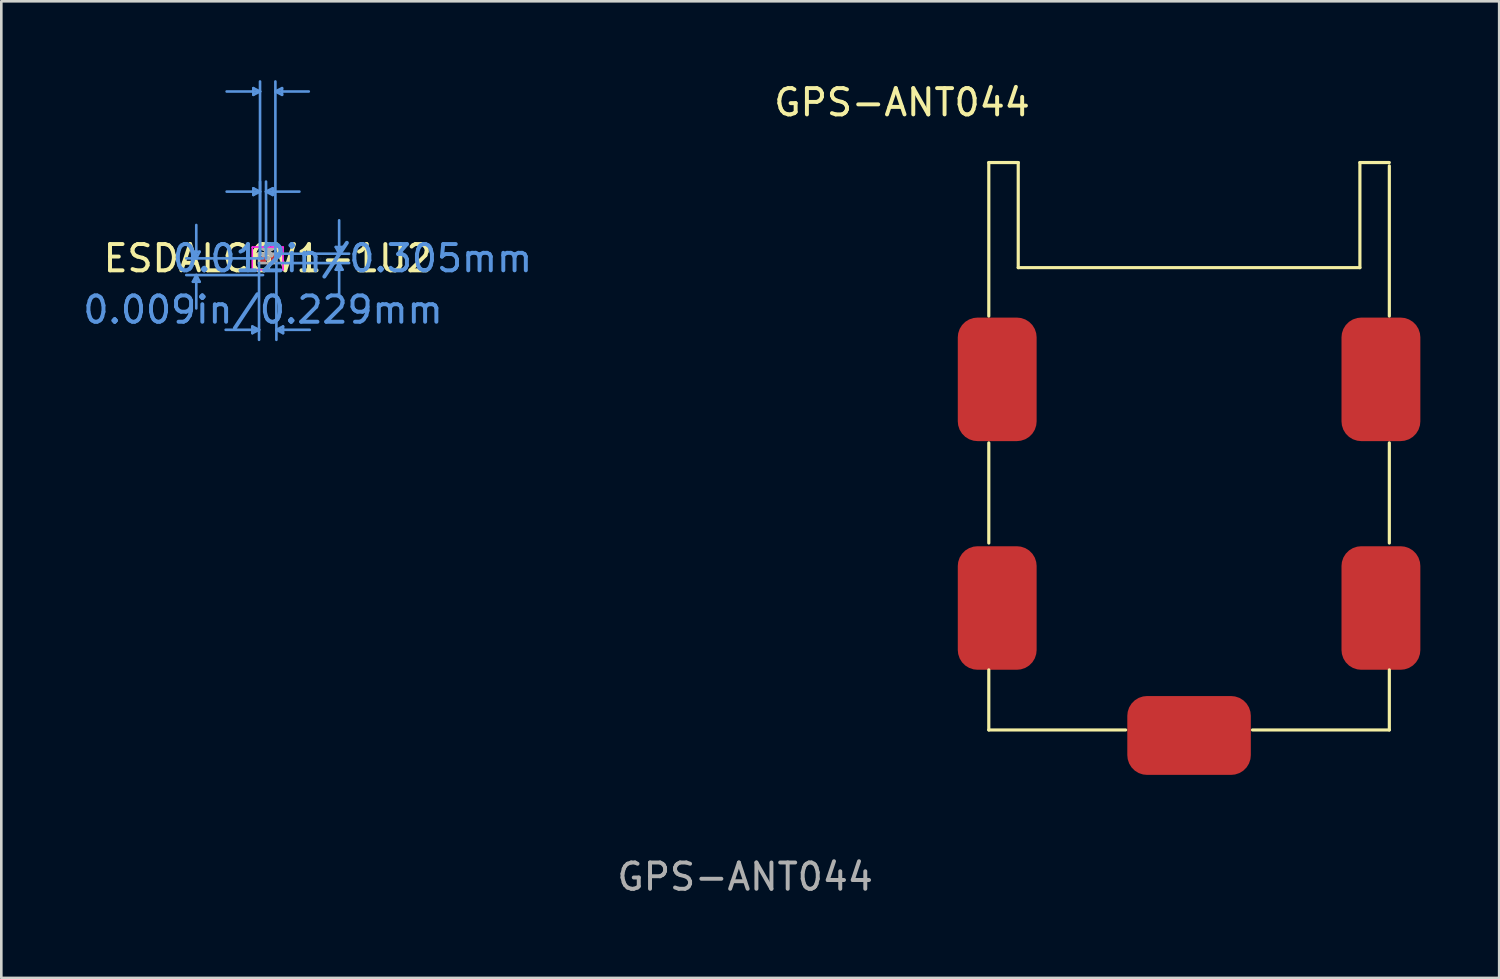
<source format=kicad_pcb>
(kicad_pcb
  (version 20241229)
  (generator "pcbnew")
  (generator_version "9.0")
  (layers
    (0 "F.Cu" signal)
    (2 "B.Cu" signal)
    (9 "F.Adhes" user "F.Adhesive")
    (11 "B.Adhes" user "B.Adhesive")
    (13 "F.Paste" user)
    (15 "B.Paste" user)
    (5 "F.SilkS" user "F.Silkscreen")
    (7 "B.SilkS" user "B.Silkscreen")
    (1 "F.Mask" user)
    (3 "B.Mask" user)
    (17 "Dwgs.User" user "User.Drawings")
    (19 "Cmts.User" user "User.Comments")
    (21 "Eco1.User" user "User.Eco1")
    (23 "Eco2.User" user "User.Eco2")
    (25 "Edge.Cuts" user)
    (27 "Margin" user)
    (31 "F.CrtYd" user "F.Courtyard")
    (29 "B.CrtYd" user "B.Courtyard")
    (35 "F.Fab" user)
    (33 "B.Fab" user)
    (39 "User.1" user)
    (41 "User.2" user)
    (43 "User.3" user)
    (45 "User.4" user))
  (footprint "GPS-ANT044"
    (layer "F.Cu")
    (at 42.193 3.134)
    (property "Reference" "GPS-ANT044" (at -10.922 -2.286 0) (unlocked yes) (layer "F.SilkS") (effects (font (size 1 1) (thickness 0.15))))
    (attr smd)
    (fp_line (start -7.62 0) (end -7.62 5.842) (stroke (width 0.12) (type solid)) (layer "F.SilkS"))
    (fp_line (start -7.62 10.668) (end -7.62 14.478) (stroke (width 0.12) (type solid)) (layer "F.SilkS"))
    (fp_line (start -7.62 19.304) (end -7.62 21.59) (stroke (width 0.12) (type solid)) (layer "F.SilkS"))
    (fp_line (start -7.62 21.59) (end -2.413 21.59) (stroke (width 0.12) (type solid)) (layer "F.SilkS"))
    (fp_line (start -6.5 0) (end -7.62 0) (stroke (width 0.12) (type solid)) (layer "F.SilkS"))
    (fp_line (start -6.5 4) (end -6.5 0) (stroke (width 0.12) (type solid)) (layer "F.SilkS"))
    (fp_line (start -6.5 4) (end 6.5 4) (stroke (width 0.12) (type solid)) (layer "F.SilkS"))
    (fp_line (start 2.413 21.59) (end 7.62 21.59) (stroke (width 0.12) (type solid)) (layer "F.SilkS"))
    (fp_line (start 6.5 0) (end 7.62 0) (stroke (width 0.12) (type solid)) (layer "F.SilkS"))
    (fp_line (start 6.5 4) (end 6.5 0) (stroke (width 0.12) (type solid)) (layer "F.SilkS"))
    (fp_line (start 7.62 0.127) (end 7.62 5.842) (stroke (width 0.12) (type solid)) (layer "F.SilkS"))
    (fp_line (start 7.62 10.668) (end 7.62 14.478) (stroke (width 0.12) (type solid)) (layer "F.SilkS"))
    (fp_line (start 7.62 21.59) (end 7.62 19.304) (stroke (width 0.12) (type solid)) (layer "F.SilkS"))
    (fp_text user "${REFERENCE}" (at -16.891 27.178 0) (unlocked yes) (layer "F.Fab") (effects (font (size 1 1) (thickness 0.15))))
    (pad "1" smd roundrect (at 0 21.8) (size 4.7 3) (layers "F.Cu" "F.Mask" "F.Paste") (roundrect_rratio 0.25))
    (pad "2" smd roundrect (at -7.3 8.25 90) (size 4.7 3) (layers "F.Cu" "F.Mask" "F.Paste") (roundrect_rratio 0.25))
    (pad "2" smd roundrect (at -7.3 16.95 90) (size 4.7 3) (layers "F.Cu" "F.Mask" "F.Paste") (roundrect_rratio 0.25))
    (pad "2" smd roundrect (at 7.3 8.25 90) (size 4.7 3) (layers "F.Cu" "F.Mask" "F.Paste") (roundrect_rratio 0.25))
    (pad "2" smd roundrect (at 7.3 16.95 90) (size 4.7 3) (layers "F.Cu" "F.Mask" "F.Paste") (roundrect_rratio 0.25)))
  (footprint "ESDALC6V1-1U2"
    (layer "F.Cu")
    (at 7.136 6.781)
    (property "Reference" "ESDALC6V1-1U2" (at 0 0 0) (layer "F.SilkS") (effects (font (size 1 1) (thickness 0.15))))
    (attr through_hole)
    (fp_line (start -2.845 -0.254) (end -2.591 -0.254) (stroke (width 0.1) (type solid)) (layer "Cmts.User"))
    (fp_line (start -2.845 0.889) (end -2.591 0.889) (stroke (width 0.1) (type solid)) (layer "Cmts.User"))
    (fp_line (start -2.718 0) (end -2.845 -0.254) (stroke (width 0.1) (type solid)) (layer "Cmts.User"))
    (fp_line (start -2.718 0) (end -2.718 -1.27) (stroke (width 0.1) (type solid)) (layer "Cmts.User"))
    (fp_line (start -2.718 0) (end -2.591 -0.254) (stroke (width 0.1) (type solid)) (layer "Cmts.User"))
    (fp_line (start -2.718 0.635) (end -2.845 0.889) (stroke (width 0.1) (type solid)) (layer "Cmts.User"))
    (fp_line (start -2.718 0.635) (end -2.718 1.905) (stroke (width 0.1) (type solid)) (layer "Cmts.User"))
    (fp_line (start -2.718 0.635) (end -2.591 0.889) (stroke (width 0.1) (type solid)) (layer "Cmts.User"))
    (fp_line (start -0.584 2.591) (end -0.584 2.845) (stroke (width 0.1) (type solid)) (layer "Cmts.User"))
    (fp_line (start -0.546 -6.477) (end -0.546 -6.223) (stroke (width 0.1) (type solid)) (layer "Cmts.User"))
    (fp_line (start -0.546 -2.667) (end -0.546 -2.413) (stroke (width 0.1) (type solid)) (layer "Cmts.User"))
    (fp_line (start -0.33 0.178) (end -0.33 3.099) (stroke (width 0.1) (type solid)) (layer "Cmts.User"))
    (fp_line (start -0.33 2.718) (end -1.6 2.718) (stroke (width 0.1) (type solid)) (layer "Cmts.User"))
    (fp_line (start -0.33 2.718) (end -0.584 2.591) (stroke (width 0.1) (type solid)) (layer "Cmts.User"))
    (fp_line (start -0.33 2.718) (end -0.584 2.845) (stroke (width 0.1) (type solid)) (layer "Cmts.User"))
    (fp_line (start -0.292 -6.35) (end -1.562 -6.35) (stroke (width 0.1) (type solid)) (layer "Cmts.User"))
    (fp_line (start -0.292 -6.35) (end -0.546 -6.477) (stroke (width 0.1) (type solid)) (layer "Cmts.User"))
    (fp_line (start -0.292 -6.35) (end -0.546 -6.223) (stroke (width 0.1) (type solid)) (layer "Cmts.User"))
    (fp_line (start -0.292 -2.54) (end -1.562 -2.54) (stroke (width 0.1) (type solid)) (layer "Cmts.User"))
    (fp_line (start -0.292 -2.54) (end -0.546 -2.667) (stroke (width 0.1) (type solid)) (layer "Cmts.User"))
    (fp_line (start -0.292 -2.54) (end -0.546 -2.413) (stroke (width 0.1) (type solid)) (layer "Cmts.User"))
    (fp_line (start -0.292 0) (end -0.292 -6.731) (stroke (width 0.1) (type solid)) (layer "Cmts.User"))
    (fp_line (start -0.292 0) (end -0.292 -2.921) (stroke (width 0.1) (type solid)) (layer "Cmts.User"))
    (fp_line (start -0.178 0) (end -3.099 0) (stroke (width 0.1) (type solid)) (layer "Cmts.User"))
    (fp_line (start -0.178 0.635) (end -3.099 0.635) (stroke (width 0.1) (type solid)) (layer "Cmts.User"))
    (fp_line (start -0.064 -2.54) (end 0.191 -2.667) (stroke (width 0.1) (type solid)) (layer "Cmts.User"))
    (fp_line (start -0.064 -2.54) (end 0.191 -2.413) (stroke (width 0.1) (type solid)) (layer "Cmts.User"))
    (fp_line (start -0.064 -2.54) (end 1.206 -2.54) (stroke (width 0.1) (type solid)) (layer "Cmts.User"))
    (fp_line (start -0.064 0) (end -0.064 -2.921) (stroke (width 0.1) (type solid)) (layer "Cmts.User"))
    (fp_line (start 0.191 -2.667) (end 0.191 -2.413) (stroke (width 0.1) (type solid)) (layer "Cmts.User"))
    (fp_line (start 0.292 -6.35) (end 0.546 -6.477) (stroke (width 0.1) (type solid)) (layer "Cmts.User"))
    (fp_line (start 0.292 -6.35) (end 0.546 -6.223) (stroke (width 0.1) (type solid)) (layer "Cmts.User"))
    (fp_line (start 0.292 -6.35) (end 1.562 -6.35) (stroke (width 0.1) (type solid)) (layer "Cmts.User"))
    (fp_line (start 0.292 0) (end 0.292 -6.731) (stroke (width 0.1) (type solid)) (layer "Cmts.User"))
    (fp_line (start 0.33 -0.178) (end 3.099 -0.178) (stroke (width 0.1) (type solid)) (layer "Cmts.User"))
    (fp_line (start 0.33 0.178) (end 0.33 3.099) (stroke (width 0.1) (type solid)) (layer "Cmts.User"))
    (fp_line (start 0.33 0.178) (end 3.099 0.178) (stroke (width 0.1) (type solid)) (layer "Cmts.User"))
    (fp_line (start 0.33 2.718) (end 0.584 2.591) (stroke (width 0.1) (type solid)) (layer "Cmts.User"))
    (fp_line (start 0.33 2.718) (end 0.584 2.845) (stroke (width 0.1) (type solid)) (layer "Cmts.User"))
    (fp_line (start 0.33 2.718) (end 1.6 2.718) (stroke (width 0.1) (type solid)) (layer "Cmts.User"))
    (fp_line (start 0.546 -6.477) (end 0.546 -6.223) (stroke (width 0.1) (type solid)) (layer "Cmts.User"))
    (fp_line (start 0.584 2.591) (end 0.584 2.845) (stroke (width 0.1) (type solid)) (layer "Cmts.User"))
    (fp_line (start 2.591 -0.432) (end 2.845 -0.432) (stroke (width 0.1) (type solid)) (layer "Cmts.User"))
    (fp_line (start 2.591 0.432) (end 2.845 0.432) (stroke (width 0.1) (type solid)) (layer "Cmts.User"))
    (fp_line (start 2.718 -0.178) (end 2.591 -0.432) (stroke (width 0.1) (type solid)) (layer "Cmts.User"))
    (fp_line (start 2.718 -0.178) (end 2.718 -1.448) (stroke (width 0.1) (type solid)) (layer "Cmts.User"))
    (fp_line (start 2.718 -0.178) (end 2.845 -0.432) (stroke (width 0.1) (type solid)) (layer "Cmts.User"))
    (fp_line (start 2.718 0.178) (end 2.591 0.432) (stroke (width 0.1) (type solid)) (layer "Cmts.User"))
    (fp_line (start 2.718 0.178) (end 2.718 1.448) (stroke (width 0.1) (type solid)) (layer "Cmts.User"))
    (fp_line (start 2.718 0.178) (end 2.845 0.432) (stroke (width 0.1) (type solid)) (layer "Cmts.User"))
    (fp_line (start -0.584 -0.432) (end 0.584 -0.432) (stroke (width 0.05) (type solid)) (layer "F.CrtYd"))
    (fp_line (start -0.584 -0.432) (end 0.584 -0.432) (stroke (width 0.05) (type solid)) (layer "F.CrtYd"))
    (fp_line (start -0.584 -0.406) (end -0.584 -0.432) (stroke (width 0.05) (type solid)) (layer "F.CrtYd"))
    (fp_line (start -0.584 -0.406) (end -0.584 -0.432) (stroke (width 0.05) (type solid)) (layer "F.CrtYd"))
    (fp_line (start -0.584 -0.406) (end -0.584 -0.406) (stroke (width 0.05) (type solid)) (layer "F.CrtYd"))
    (fp_line (start -0.584 -0.406) (end -0.584 -0.406) (stroke (width 0.05) (type solid)) (layer "F.CrtYd"))
    (fp_line (start -0.584 0.406) (end -0.584 -0.406) (stroke (width 0.05) (type solid)) (layer "F.CrtYd"))
    (fp_line (start -0.584 0.406) (end -0.584 -0.406) (stroke (width 0.05) (type solid)) (layer "F.CrtYd"))
    (fp_line (start -0.584 0.406) (end -0.584 0.406) (stroke (width 0.05) (type solid)) (layer "F.CrtYd"))
    (fp_line (start -0.584 0.406) (end -0.584 0.406) (stroke (width 0.05) (type solid)) (layer "F.CrtYd"))
    (fp_line (start -0.584 0.432) (end -0.584 0.406) (stroke (width 0.05) (type solid)) (layer "F.CrtYd"))
    (fp_line (start -0.584 0.432) (end -0.584 0.406) (stroke (width 0.05) (type solid)) (layer "F.CrtYd"))
    (fp_line (start 0.584 -0.432) (end 0.584 -0.406) (stroke (width 0.05) (type solid)) (layer "F.CrtYd"))
    (fp_line (start 0.584 -0.432) (end 0.584 -0.406) (stroke (width 0.05) (type solid)) (layer "F.CrtYd"))
    (fp_line (start 0.584 -0.406) (end 0.584 -0.406) (stroke (width 0.05) (type solid)) (layer "F.CrtYd"))
    (fp_line (start 0.584 -0.406) (end 0.584 -0.406) (stroke (width 0.05) (type solid)) (layer "F.CrtYd"))
    (fp_line (start 0.584 -0.406) (end 0.584 0.406) (stroke (width 0.05) (type solid)) (layer "F.CrtYd"))
    (fp_line (start 0.584 -0.406) (end 0.584 0.406) (stroke (width 0.05) (type solid)) (layer "F.CrtYd"))
    (fp_line (start 0.584 0.406) (end 0.584 0.406) (stroke (width 0.05) (type solid)) (layer "F.CrtYd"))
    (fp_line (start 0.584 0.406) (end 0.584 0.406) (stroke (width 0.05) (type solid)) (layer "F.CrtYd"))
    (fp_line (start 0.584 0.406) (end 0.584 0.432) (stroke (width 0.05) (type solid)) (layer "F.CrtYd"))
    (fp_line (start 0.584 0.406) (end 0.584 0.432) (stroke (width 0.05) (type solid)) (layer "F.CrtYd"))
    (fp_line (start 0.584 0.432) (end -0.584 0.432) (stroke (width 0.05) (type solid)) (layer "F.CrtYd"))
    (fp_line (start 0.584 0.432) (end -0.584 0.432) (stroke (width 0.05) (type solid)) (layer "F.CrtYd"))
    (fp_line (start -0.33 -0.178) (end -0.33 0.178) (stroke (width 0.1) (type solid)) (layer "F.Fab"))
    (fp_line (start -0.33 0.178) (end 0.33 0.178) (stroke (width 0.1) (type solid)) (layer "F.Fab"))
    (fp_line (start 0.33 -0.178) (end -0.33 -0.178) (stroke (width 0.1) (type solid)) (layer "F.Fab"))
    (fp_line (start 0.33 0.178) (end 0.33 -0.178) (stroke (width 0.1) (type solid)) (layer "F.Fab"))
    (fp_circle (center 0 0) (end 0 0) (stroke (width 0.1) (type solid)) (fill no) (layer "F.Fab"))
    (fp_text user "*" (at 0 0 0) (layer "F.SilkS") (effects (font (size 1 1) (thickness 0.15))))
    (fp_text user "0.009in/0.229mm" (at -0.178 1.956 0) (layer "Cmts.User") (effects (font (size 1 1) (thickness 0.15))))
    (fp_text user "Copyright 2021 Accelerated Designs. All rights reserved." (at 0 0 0) (layer "Cmts.User") (effects (font (size 0.127 0.127) (thickness 0.002))))
    (fp_text user "0.012in/0.305mm" (at 3.226 0 0) (layer "Cmts.User") (effects (font (size 1 1) (thickness 0.15))))
    (fp_text user "*" (at 0 0 0) (layer "F.Fab") (effects (font (size 1 1) (thickness 0.15))))
    (pad "1" smd rect (at -0.178 0) (size 0.229 0.305) (layers "F.Cu" "F.Mask" "F.Paste"))
    (pad "2" smd rect (at 0.178 0) (size 0.229 0.305) (layers "F.Cu" "F.Mask" "F.Paste")))
  (gr_rect
    (start -3 -3)
    (end 53.993 34.16)
    (stroke (width 0.1) (type default))
    (fill no)
    (layer "Edge.Cuts")))
</source>
